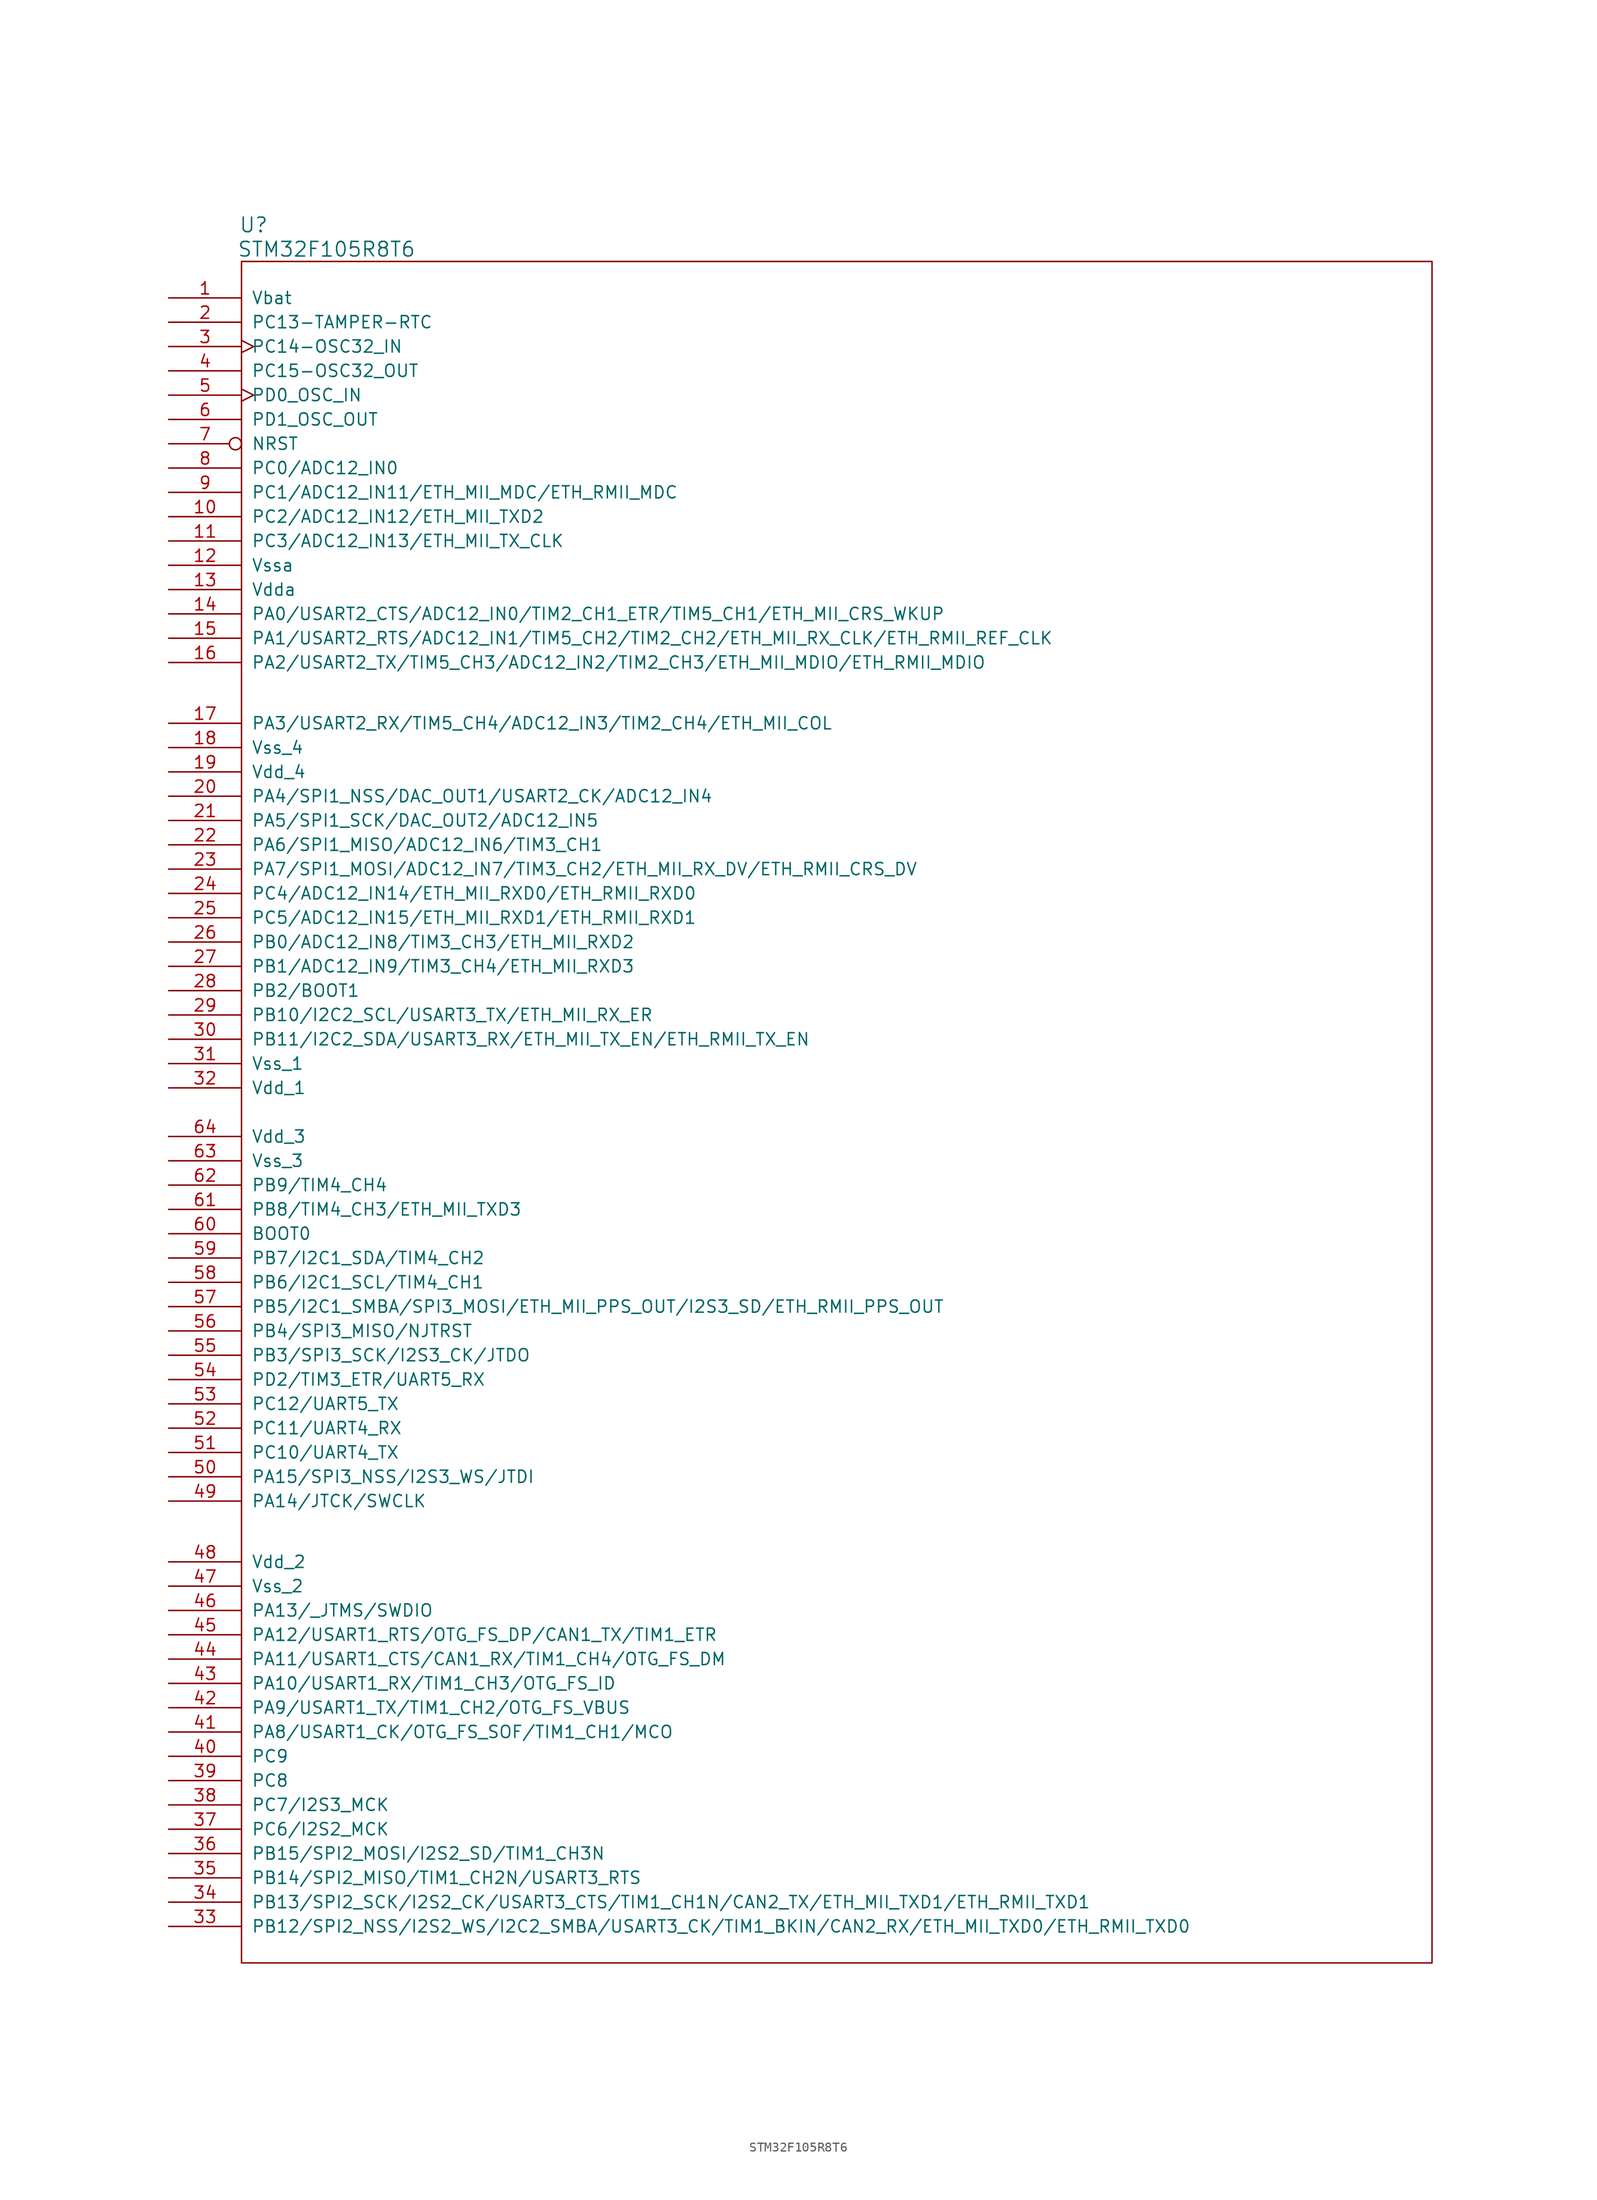
<source format=kicad_sym>
(kicad_symbol_lib
  (version 20211014)
  (generator kicad_symbol_editor)
  (symbol "STM32F105R8T6"
    (pin_names
      (offset 1.016))
    (property "Reference" "U"
      (at -74.93 92.71 0)
      (effects (font (size 1.524 1.524))))
    (property "Value" "STM32F105R8T6"
      (at -67.31 90.17 0)
      (effects (font (size 1.524 1.524))))
    (property "Footprint" ""
      (at 0 0 0)
      (effects (font (size 1.524 1.524))))
    (property "Datasheet" ""
      (at 0 0 0)
      (effects (font (size 1.524 1.524))))
    (symbol "STM32F105R8T6_0_1"
      (rectangle (start -76.2 88.9) (end 48.26 -88.9) (stroke (width 0) (type default) (color 0 0 0 0)) (fill (type none))))
    (symbol "STM32F105R8T6_1_1"
      (pin bidirectional line (at -83.82 85.09 0) (length 7.62) (name "Vbat" (effects (font (size 1.27 1.27)))) (number "1" (effects (font (size 1.27 1.27)))))
      (pin bidirectional line (at -83.82 62.23 0) (length 7.62) (name "PC2/ADC12_IN12/ETH_MII_TXD2" (effects (font (size 1.27 1.27)))) (number "10" (effects (font (size 1.27 1.27)))))
      (pin bidirectional line (at -83.82 59.69 0) (length 7.62) (name "PC3/ADC12_IN13/ETH_MII_TX_CLK" (effects (font (size 1.27 1.27)))) (number "11" (effects (font (size 1.27 1.27)))))
      (pin power_in line (at -83.82 57.15 0) (length 7.62) (name "Vssa" (effects (font (size 1.27 1.27)))) (number "12" (effects (font (size 1.27 1.27)))))
      (pin bidirectional line (at -83.82 54.61 0) (length 7.62) (name "Vdda" (effects (font (size 1.27 1.27)))) (number "13" (effects (font (size 1.27 1.27)))))
      (pin bidirectional line (at -83.82 52.07 0) (length 7.62) (name "PA0/USART2_CTS/ADC12_IN0/TIM2_CH1_ETR/TIM5_CH1/ETH_MII_CRS_WKUP" (effects (font (size 1.27 1.27)))) (number "14" (effects (font (size 1.27 1.27)))))
      (pin bidirectional line (at -83.82 49.53 0) (length 7.62) (name "PA1/USART2_RTS/ADC12_IN1/TIM5_CH2/TIM2_CH2/ETH_MII_RX_CLK/ETH_RMII_REF_CLK" (effects (font (size 1.27 1.27)))) (number "15" (effects (font (size 1.27 1.27)))))
      (pin bidirectional line (at -83.82 46.99 0) (length 7.62) (name "PA2/USART2_TX/TIM5_CH3/ADC12_IN2/TIM2_CH3/ETH_MII_MDIO/ETH_RMII_MDIO" (effects (font (size 1.27 1.27)))) (number "16" (effects (font (size 1.27 1.27)))))
      (pin bidirectional line (at -83.82 40.64 0) (length 7.62) (name "PA3/USART2_RX/TIM5_CH4/ADC12_IN3/TIM2_CH4/ETH_MII_COL" (effects (font (size 1.27 1.27)))) (number "17" (effects (font (size 1.27 1.27)))))
      (pin bidirectional line (at -83.82 38.1 0) (length 7.62) (name "Vss_4" (effects (font (size 1.27 1.27)))) (number "18" (effects (font (size 1.27 1.27)))))
      (pin bidirectional line (at -83.82 35.56 0) (length 7.62) (name "Vdd_4" (effects (font (size 1.27 1.27)))) (number "19" (effects (font (size 1.27 1.27)))))
      (pin bidirectional line (at -83.82 82.55 0) (length 7.62) (name "PC13-TAMPER-RTC" (effects (font (size 1.27 1.27)))) (number "2" (effects (font (size 1.27 1.27)))))
      (pin bidirectional line (at -83.82 33.02 0) (length 7.62) (name "PA4/SPI1_NSS/DAC_OUT1/USART2_CK/ADC12_IN4" (effects (font (size 1.27 1.27)))) (number "20" (effects (font (size 1.27 1.27)))))
      (pin bidirectional line (at -83.82 30.48 0) (length 7.62) (name "PA5/SPI1_SCK/DAC_OUT2/ADC12_IN5" (effects (font (size 1.27 1.27)))) (number "21" (effects (font (size 1.27 1.27)))))
      (pin bidirectional line (at -83.82 27.94 0) (length 7.62) (name "PA6/SPI1_MISO/ADC12_IN6/TIM3_CH1" (effects (font (size 1.27 1.27)))) (number "22" (effects (font (size 1.27 1.27)))))
      (pin bidirectional line (at -83.82 25.4 0) (length 7.62) (name "PA7/SPI1_MOSI/ADC12_IN7/TIM3_CH2/ETH_MII_RX_DV/ETH_RMII_CRS_DV" (effects (font (size 1.27 1.27)))) (number "23" (effects (font (size 1.27 1.27)))))
      (pin bidirectional line (at -83.82 22.86 0) (length 7.62) (name "PC4/ADC12_IN14/ETH_MII_RXD0/ETH_RMII_RXD0" (effects (font (size 1.27 1.27)))) (number "24" (effects (font (size 1.27 1.27)))))
      (pin bidirectional line (at -83.82 20.32 0) (length 7.62) (name "PC5/ADC12_IN15/ETH_MII_RXD1/ETH_RMII_RXD1" (effects (font (size 1.27 1.27)))) (number "25" (effects (font (size 1.27 1.27)))))
      (pin bidirectional line (at -83.82 17.78 0) (length 7.62) (name "PB0/ADC12_IN8/TIM3_CH3/ETH_MII_RXD2" (effects (font (size 1.27 1.27)))) (number "26" (effects (font (size 1.27 1.27)))))
      (pin bidirectional line (at -83.82 15.24 0) (length 7.62) (name "PB1/ADC12_IN9/TIM3_CH4/ETH_MII_RXD3" (effects (font (size 1.27 1.27)))) (number "27" (effects (font (size 1.27 1.27)))))
      (pin bidirectional line (at -83.82 12.7 0) (length 7.62) (name "PB2/BOOT1" (effects (font (size 1.27 1.27)))) (number "28" (effects (font (size 1.27 1.27)))))
      (pin bidirectional line (at -83.82 10.16 0) (length 7.62) (name "PB10/I2C2_SCL/USART3_TX/ETH_MII_RX_ER" (effects (font (size 1.27 1.27)))) (number "29" (effects (font (size 1.27 1.27)))))
      (pin bidirectional clock (at -83.82 80.01 0) (length 7.62) (name "PC14-OSC32_IN" (effects (font (size 1.27 1.27)))) (number "3" (effects (font (size 1.27 1.27)))))
      (pin bidirectional line (at -83.82 7.62 0) (length 7.62) (name "PB11/I2C2_SDA/USART3_RX/ETH_MII_TX_EN/ETH_RMII_TX_EN" (effects (font (size 1.27 1.27)))) (number "30" (effects (font (size 1.27 1.27)))))
      (pin bidirectional line (at -83.82 5.08 0) (length 7.62) (name "Vss_1" (effects (font (size 1.27 1.27)))) (number "31" (effects (font (size 1.27 1.27)))))
      (pin bidirectional line (at -83.82 2.54 0) (length 7.62) (name "Vdd_1" (effects (font (size 1.27 1.27)))) (number "32" (effects (font (size 1.27 1.27)))))
      (pin bidirectional line (at -83.82 -85.09 0) (length 7.62) (name "PB12/SPI2_NSS/I2S2_WS/I2C2_SMBA/USART3_CK/TIM1_BKIN/CAN2_RX/ETH_MII_TXD0/ETH_RMII_TXD0" (effects (font (size 1.27 1.27)))) (number "33" (effects (font (size 1.27 1.27)))))
      (pin bidirectional line (at -83.82 -82.55 0) (length 7.62) (name "PB13/SPI2_SCK/I2S2_CK/USART3_CTS/TIM1_CH1N/CAN2_TX/ETH_MII_TXD1/ETH_RMII_TXD1" (effects (font (size 1.27 1.27)))) (number "34" (effects (font (size 1.27 1.27)))))
      (pin bidirectional line (at -83.82 -80.01 0) (length 7.62) (name "PB14/SPI2_MISO/TIM1_CH2N/USART3_RTS" (effects (font (size 1.27 1.27)))) (number "35" (effects (font (size 1.27 1.27)))))
      (pin bidirectional line (at -83.82 -77.47 0) (length 7.62) (name "PB15/SPI2_MOSI/I2S2_SD/TIM1_CH3N" (effects (font (size 1.27 1.27)))) (number "36" (effects (font (size 1.27 1.27)))))
      (pin bidirectional line (at -83.82 -74.93 0) (length 7.62) (name "PC6/I2S2_MCK" (effects (font (size 1.27 1.27)))) (number "37" (effects (font (size 1.27 1.27)))))
      (pin bidirectional line (at -83.82 -72.39 0) (length 7.62) (name "PC7/I2S3_MCK" (effects (font (size 1.27 1.27)))) (number "38" (effects (font (size 1.27 1.27)))))
      (pin bidirectional line (at -83.82 -69.85 0) (length 7.62) (name "PC8" (effects (font (size 1.27 1.27)))) (number "39" (effects (font (size 1.27 1.27)))))
      (pin bidirectional line (at -83.82 77.47 0) (length 7.62) (name "PC15-OSC32_OUT" (effects (font (size 1.27 1.27)))) (number "4" (effects (font (size 1.27 1.27)))))
      (pin bidirectional line (at -83.82 -67.31 0) (length 7.62) (name "PC9" (effects (font (size 1.27 1.27)))) (number "40" (effects (font (size 1.27 1.27)))))
      (pin bidirectional line (at -83.82 -64.77 0) (length 7.62) (name "PA8/USART1_CK/OTG_FS_SOF/TIM1_CH1/MCO" (effects (font (size 1.27 1.27)))) (number "41" (effects (font (size 1.27 1.27)))))
      (pin bidirectional line (at -83.82 -62.23 0) (length 7.62) (name "PA9/USART1_TX/TIM1_CH2/OTG_FS_VBUS" (effects (font (size 1.27 1.27)))) (number "42" (effects (font (size 1.27 1.27)))))
      (pin bidirectional line (at -83.82 -59.69 0) (length 7.62) (name "PA10/USART1_RX/TIM1_CH3/OTG_FS_ID" (effects (font (size 1.27 1.27)))) (number "43" (effects (font (size 1.27 1.27)))))
      (pin bidirectional line (at -83.82 -57.15 0) (length 7.62) (name "PA11/USART1_CTS/CAN1_RX/TIM1_CH4/OTG_FS_DM" (effects (font (size 1.27 1.27)))) (number "44" (effects (font (size 1.27 1.27)))))
      (pin bidirectional line (at -83.82 -54.61 0) (length 7.62) (name "PA12/USART1_RTS/OTG_FS_DP/CAN1_TX/TIM1_ETR" (effects (font (size 1.27 1.27)))) (number "45" (effects (font (size 1.27 1.27)))))
      (pin bidirectional line (at -83.82 -52.07 0) (length 7.62) (name "PA13/_JTMS/SWDIO" (effects (font (size 1.27 1.27)))) (number "46" (effects (font (size 1.27 1.27)))))
      (pin bidirectional line (at -83.82 -49.53 0) (length 7.62) (name "Vss_2" (effects (font (size 1.27 1.27)))) (number "47" (effects (font (size 1.27 1.27)))))
      (pin bidirectional line (at -83.82 -46.99 0) (length 7.62) (name "Vdd_2" (effects (font (size 1.27 1.27)))) (number "48" (effects (font (size 1.27 1.27)))))
      (pin bidirectional line (at -83.82 -40.64 0) (length 7.62) (name "PA14/JTCK/SWCLK" (effects (font (size 1.27 1.27)))) (number "49" (effects (font (size 1.27 1.27)))))
      (pin bidirectional clock (at -83.82 74.93 0) (length 7.62) (name "PD0_OSC_IN" (effects (font (size 1.27 1.27)))) (number "5" (effects (font (size 1.27 1.27)))))
      (pin bidirectional line (at -83.82 -38.1 0) (length 7.62) (name "PA15/SPI3_NSS/I2S3_WS/JTDI" (effects (font (size 1.27 1.27)))) (number "50" (effects (font (size 1.27 1.27)))))
      (pin bidirectional line (at -83.82 -35.56 0) (length 7.62) (name "PC10/UART4_TX" (effects (font (size 1.27 1.27)))) (number "51" (effects (font (size 1.27 1.27)))))
      (pin bidirectional line (at -83.82 -33.02 0) (length 7.62) (name "PC11/UART4_RX" (effects (font (size 1.27 1.27)))) (number "52" (effects (font (size 1.27 1.27)))))
      (pin bidirectional line (at -83.82 -30.48 0) (length 7.62) (name "PC12/UART5_TX" (effects (font (size 1.27 1.27)))) (number "53" (effects (font (size 1.27 1.27)))))
      (pin bidirectional line (at -83.82 -27.94 0) (length 7.62) (name "PD2/TIM3_ETR/UART5_RX" (effects (font (size 1.27 1.27)))) (number "54" (effects (font (size 1.27 1.27)))))
      (pin bidirectional line (at -83.82 -25.4 0) (length 7.62) (name "PB3/SPI3_SCK/I2S3_CK/JTDO" (effects (font (size 1.27 1.27)))) (number "55" (effects (font (size 1.27 1.27)))))
      (pin bidirectional line (at -83.82 -22.86 0) (length 7.62) (name "PB4/SPI3_MISO/NJTRST" (effects (font (size 1.27 1.27)))) (number "56" (effects (font (size 1.27 1.27)))))
      (pin bidirectional line (at -83.82 -20.32 0) (length 7.62) (name "PB5/I2C1_SMBA/SPI3_MOSI/ETH_MII_PPS_OUT/I2S3_SD/ETH_RMII_PPS_OUT" (effects (font (size 1.27 1.27)))) (number "57" (effects (font (size 1.27 1.27)))))
      (pin bidirectional line (at -83.82 -17.78 0) (length 7.62) (name "PB6/I2C1_SCL/TIM4_CH1" (effects (font (size 1.27 1.27)))) (number "58" (effects (font (size 1.27 1.27)))))
      (pin bidirectional line (at -83.82 -15.24 0) (length 7.62) (name "PB7/I2C1_SDA/TIM4_CH2" (effects (font (size 1.27 1.27)))) (number "59" (effects (font (size 1.27 1.27)))))
      (pin bidirectional line (at -83.82 72.39 0) (length 7.62) (name "PD1_OSC_OUT" (effects (font (size 1.27 1.27)))) (number "6" (effects (font (size 1.27 1.27)))))
      (pin bidirectional line (at -83.82 -12.7 0) (length 7.62) (name "BOOT0" (effects (font (size 1.27 1.27)))) (number "60" (effects (font (size 1.27 1.27)))))
      (pin bidirectional line (at -83.82 -10.16 0) (length 7.62) (name "PB8/TIM4_CH3/ETH_MII_TXD3" (effects (font (size 1.27 1.27)))) (number "61" (effects (font (size 1.27 1.27)))))
      (pin bidirectional line (at -83.82 -7.62 0) (length 7.62) (name "PB9/TIM4_CH4" (effects (font (size 1.27 1.27)))) (number "62" (effects (font (size 1.27 1.27)))))
      (pin bidirectional line (at -83.82 -5.08 0) (length 7.62) (name "Vss_3" (effects (font (size 1.27 1.27)))) (number "63" (effects (font (size 1.27 1.27)))))
      (pin bidirectional line (at -83.82 -2.54 0) (length 7.62) (name "Vdd_3" (effects (font (size 1.27 1.27)))) (number "64" (effects (font (size 1.27 1.27)))))
      (pin output inverted (at -83.82 69.85 0) (length 7.62) (name "NRST" (effects (font (size 1.27 1.27)))) (number "7" (effects (font (size 1.27 1.27)))))
      (pin bidirectional line (at -83.82 67.31 0) (length 7.62) (name "PC0/ADC12_IN0" (effects (font (size 1.27 1.27)))) (number "8" (effects (font (size 1.27 1.27)))))
      (pin bidirectional line (at -83.82 64.77 0) (length 7.62) (name "PC1/ADC12_IN11/ETH_MII_MDC/ETH_RMII_MDC" (effects (font (size 1.27 1.27)))) (number "9" (effects (font (size 1.27 1.27))))))))
</source>
